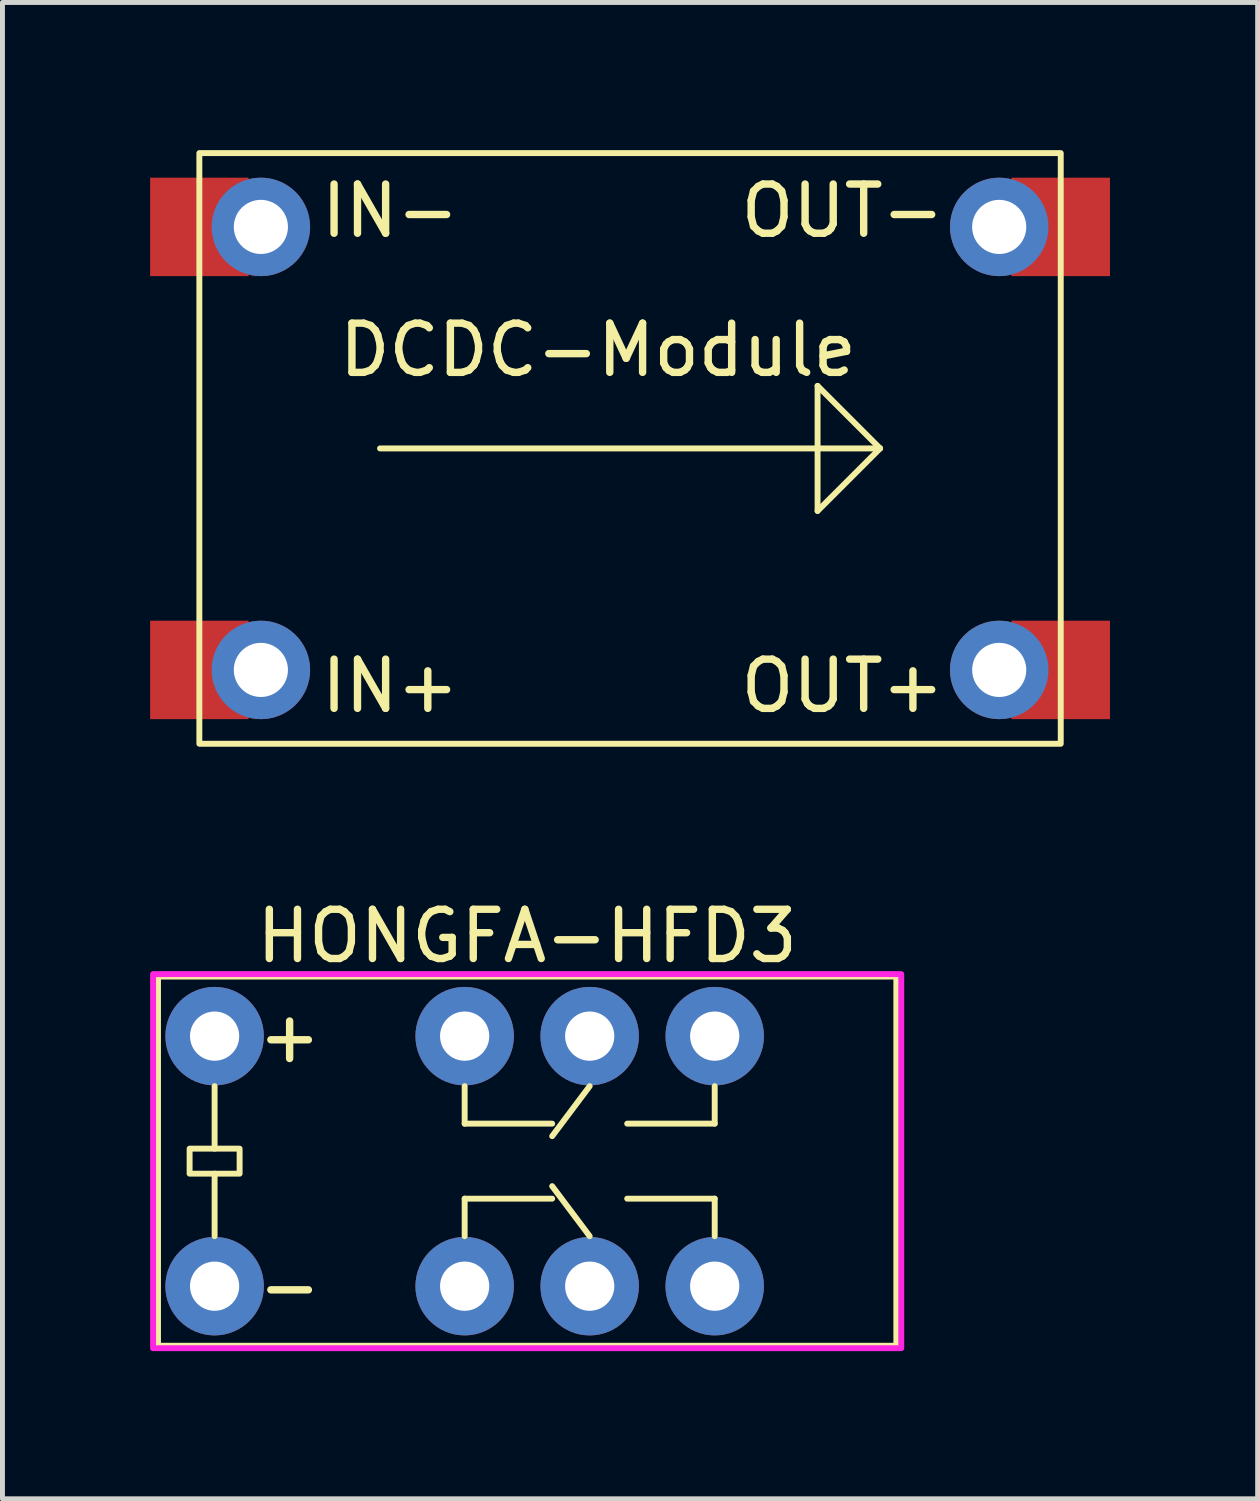
<source format=kicad_pcb>
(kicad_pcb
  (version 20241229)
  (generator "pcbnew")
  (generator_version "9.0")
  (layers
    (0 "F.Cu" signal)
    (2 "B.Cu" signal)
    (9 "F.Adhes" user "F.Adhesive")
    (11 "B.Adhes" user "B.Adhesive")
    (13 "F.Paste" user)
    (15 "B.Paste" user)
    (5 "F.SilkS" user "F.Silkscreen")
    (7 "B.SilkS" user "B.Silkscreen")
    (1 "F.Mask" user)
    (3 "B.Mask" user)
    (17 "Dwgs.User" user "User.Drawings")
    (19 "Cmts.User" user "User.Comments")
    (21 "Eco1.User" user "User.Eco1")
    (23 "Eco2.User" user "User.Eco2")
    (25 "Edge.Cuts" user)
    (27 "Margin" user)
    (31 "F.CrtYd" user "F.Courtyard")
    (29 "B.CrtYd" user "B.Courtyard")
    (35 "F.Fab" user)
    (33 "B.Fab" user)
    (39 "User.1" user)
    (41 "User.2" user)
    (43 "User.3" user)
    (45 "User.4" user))
  (footprint "DCDC-Module"
    (layer "F.Cu")
    (at 9.75 6.06)
    (property "Reference" "DCDC-Module" (at -0.65 -2 0) (unlocked yes) (layer "F.SilkS") (effects (font (size 1 1) (thickness 0.15))))
    (attr through_hole)
    (fp_line (start -5.08 0) (end 5.08 0) (stroke (width 0.12) (type default)) (layer "F.SilkS"))
    (fp_line (start 3.81 -1.27) (end 3.81 1.27) (stroke (width 0.12) (type default)) (layer "F.SilkS"))
    (fp_line (start 3.81 1.27) (end 5.08 0) (stroke (width 0.12) (type default)) (layer "F.SilkS"))
    (fp_line (start 5.08 0) (end 3.81 -1.27) (stroke (width 0.12) (type default)) (layer "F.SilkS"))
    (fp_rect (start -8.75 -6) (end 8.75 6) (stroke (width 0.12) (type default)) (fill no) (layer "F.SilkS"))
    (fp_text user "OUT+" (at 4.318 4.826 0) (unlocked yes) (layer "F.SilkS") (effects (font (size 1 1) (thickness 0.15))))
    (fp_text user "IN-" (at -6.35 -4.826 0) (unlocked yes) (layer "F.SilkS") (effects (font (size 1 1) (thickness 0.15)) (justify left)))
    (fp_text user "OUT-" (at 4.318 -4.826 0) (unlocked yes) (layer "F.SilkS") (effects (font (size 1 1) (thickness 0.15))))
    (fp_text user "IN+" (at -6.35 4.826 0) (unlocked yes) (layer "F.SilkS") (effects (font (size 1 1) (thickness 0.15)) (justify left)))
    (pad "1" smd rect (at -8.75 -4.5) (size 2 2) (layers "F.Cu" "F.Mask" "F.Paste"))
    (pad "1" thru_hole circle (at -7.5 -4.5) (size 2 2) (drill 1.1) (layers "*.Cu" "*.Mask"))
    (pad "2" smd rect (at -8.75 4.5) (size 2 2) (layers "F.Cu" "F.Mask" "F.Paste"))
    (pad "2" thru_hole circle (at -7.5 4.5) (size 2 2) (drill 1.1) (layers "*.Cu" "*.Mask"))
    (pad "3" thru_hole circle (at 7.5 4.5) (size 2 2) (drill 1.1) (layers "*.Cu" "*.Mask"))
    (pad "3" smd rect (at 8.75 4.5) (size 2 2) (layers "F.Cu" "F.Mask" "F.Paste"))
    (pad "4" thru_hole circle (at 7.5 -4.5) (size 2 2) (drill 1.1) (layers "*.Cu" "*.Mask"))
    (pad "4" smd rect (at 8.75 -4.5) (size 2 2) (layers "F.Cu" "F.Mask" "F.Paste")))
  (footprint "HONGFA-HFD3"
    (layer "F.Cu")
    (at 7.66 20.54)
    (property "Reference" "HONGFA-HFD3" (at 0 -4.572 0) (unlocked yes) (layer "F.SilkS") (effects (font (size 1 1) (thickness 0.15))))
    (attr through_hole)
    (fp_line (start -6.35 -1.524) (end -6.35 -0.254) (stroke (width 0.12) (type default)) (layer "F.SilkS"))
    (fp_line (start -6.35 1.524) (end -6.35 0.254) (stroke (width 0.12) (type default)) (layer "F.SilkS"))
    (fp_line (start -1.27 -1.524) (end -1.27 -0.762) (stroke (width 0.12) (type default)) (layer "F.SilkS"))
    (fp_line (start -1.27 -0.762) (end 0.508 -0.762) (stroke (width 0.12) (type default)) (layer "F.SilkS"))
    (fp_line (start -1.27 0.762) (end -1.27 1.524) (stroke (width 0.12) (type default)) (layer "F.SilkS"))
    (fp_line (start -1.27 0.762) (end 0.508 0.762) (stroke (width 0.12) (type default)) (layer "F.SilkS"))
    (fp_line (start 1.27 -1.524) (end 0.508 -0.508) (stroke (width 0.12) (type default)) (layer "F.SilkS"))
    (fp_line (start 1.27 1.524) (end 0.508 0.508) (stroke (width 0.12) (type default)) (layer "F.SilkS"))
    (fp_line (start 2.032 -0.762) (end 3.81 -0.762) (stroke (width 0.12) (type default)) (layer "F.SilkS"))
    (fp_line (start 2.032 0.762) (end 3.81 0.762) (stroke (width 0.12) (type default)) (layer "F.SilkS"))
    (fp_line (start 3.81 -1.524) (end 3.81 -0.762) (stroke (width 0.12) (type default)) (layer "F.SilkS"))
    (fp_line (start 3.81 0.762) (end 3.81 1.524) (stroke (width 0.12) (type default)) (layer "F.SilkS"))
    (fp_rect (start -7.5 -3.75) (end 7.5 3.75) (stroke (width 0.12) (type default)) (fill no) (layer "F.SilkS"))
    (fp_rect (start -6.858 -0.254) (end -5.842 0.254) (stroke (width 0.12) (type default)) (fill no) (layer "F.SilkS"))
    (fp_rect (start -7.6 -3.8) (end 7.6 3.8) (stroke (width 0.12) (type default)) (fill no) (layer "F.CrtYd"))
    (fp_text user "+" (at -4.826 -2.54 0) (unlocked yes) (layer "F.SilkS") (effects (font (size 1 1) (thickness 0.15))))
    (fp_text user "-" (at -4.826 2.54 0) (unlocked yes) (layer "F.SilkS") (effects (font (size 1 1) (thickness 0.15))))
    (pad "1" thru_hole circle (at -6.35 -2.54) (size 2 2) (drill 1) (layers "*.Cu" "*.Mask"))
    (pad "3" thru_hole circle (at -1.27 -2.54) (size 2 2) (drill 1) (layers "*.Cu" "*.Mask"))
    (pad "4" thru_hole circle (at 1.27 -2.54) (size 2 2) (drill 1) (layers "*.Cu" "*.Mask"))
    (pad "5" thru_hole circle (at 3.81 -2.54) (size 2 2) (drill 1) (layers "*.Cu" "*.Mask"))
    (pad "8" thru_hole circle (at 3.81 2.54) (size 2 2) (drill 1) (layers "*.Cu" "*.Mask"))
    (pad "9" thru_hole circle (at 1.27 2.54) (size 2 2) (drill 1) (layers "*.Cu" "*.Mask"))
    (pad "10" thru_hole circle (at -1.27 2.54) (size 2 2) (drill 1) (layers "*.Cu" "*.Mask"))
    (pad "12" thru_hole circle (at -6.35 2.54) (size 2 2) (drill 1) (layers "*.Cu" "*.Mask")))
  (gr_rect
    (start -3 -3)
    (end 22.5 27.4)
    (stroke (width 0.1) (type default))
    (fill no)
    (layer "Edge.Cuts")))
</source>
